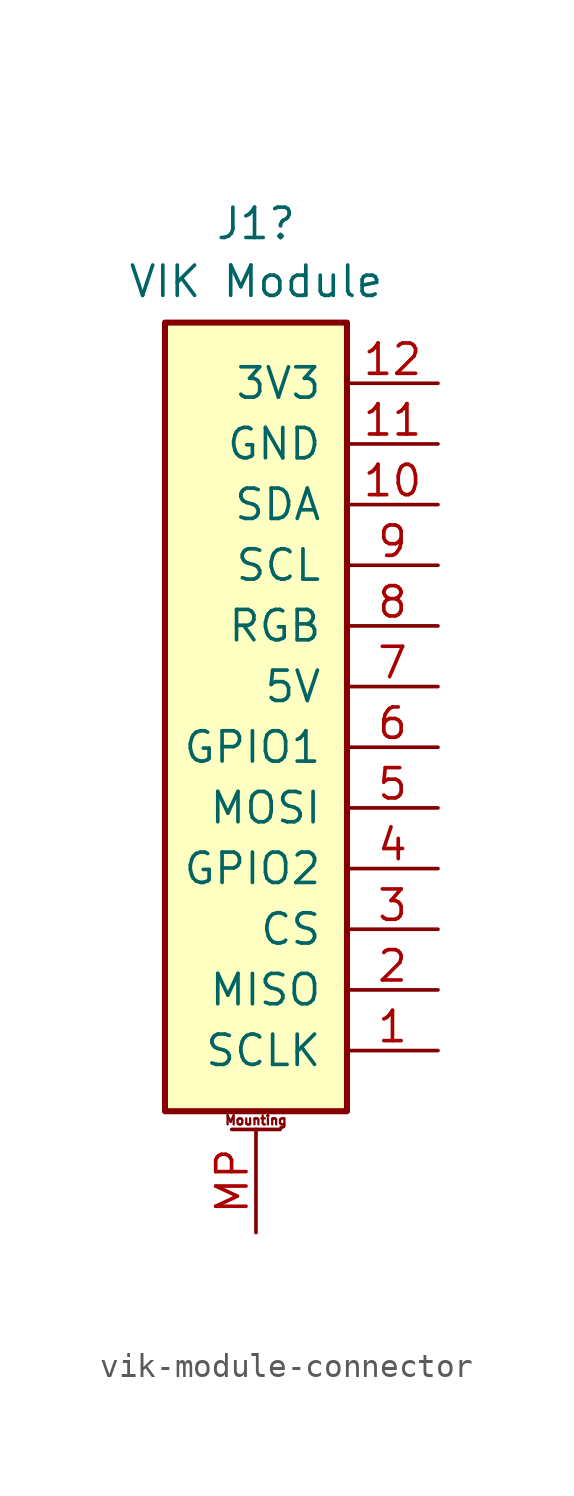
<source format=kicad_sym>
(kicad_symbol_lib
  (version 20220914)
  (generator kicad_symbol_editor)
  (symbol "vik-module-connector"
    (pin_names
      (offset 1.016))
    (property "Reference" "J1"
      (at 0 19.384 0)
      (effects (font (size 1.27 1.27))))
    (property "Value" "VIK Module"
      (at 0 16.96 0)
      (effects (font (size 1.27 1.27))))
    (symbol "vik-module-connector_1_1"
      (rectangle (start -3.81 -17.78) (end 3.81 15.24) (stroke (width 0.254) (type default)) (fill (type background)))
      (polyline (pts (xy 1.016 -18.542) (xy -1.016 -18.542)) (stroke (width 0.152) (type default)) (fill (type none)))
      (text "Mounting" (at 0 -18.161 0) (effects (font (size 0.381 0.381))))
      (pin passive line (at 7.62 -15.24 180) (length 3.81) (name "SCLK" (effects (font (size 1.27 1.27)))) (number "1" (effects (font (size 1.27 1.27)))))
      (pin passive line (at 7.62 7.62 180) (length 3.81) (name "SDA" (effects (font (size 1.27 1.27)))) (number "10" (effects (font (size 1.27 1.27)))))
      (pin passive line (at 7.62 10.16 180) (length 3.81) (name "GND" (effects (font (size 1.27 1.27)))) (number "11" (effects (font (size 1.27 1.27)))))
      (pin passive line (at 7.62 12.7 180) (length 3.81) (name "3V3" (effects (font (size 1.27 1.27)))) (number "12" (effects (font (size 1.27 1.27)))))
      (pin passive line (at 7.62 -12.7 180) (length 3.81) (name "MISO" (effects (font (size 1.27 1.27)))) (number "2" (effects (font (size 1.27 1.27)))))
      (pin passive line (at 7.62 -10.16 180) (length 3.81) (name "CS" (effects (font (size 1.27 1.27)))) (number "3" (effects (font (size 1.27 1.27)))))
      (pin passive line (at 7.62 -7.62 180) (length 3.81) (name "GPIO2" (effects (font (size 1.27 1.27)))) (number "4" (effects (font (size 1.27 1.27)))))
      (pin passive line (at 7.62 -5.08 180) (length 3.81) (name "MOSI" (effects (font (size 1.27 1.27)))) (number "5" (effects (font (size 1.27 1.27)))))
      (pin passive line (at 7.62 -2.54 180) (length 3.81) (name "GPIO1" (effects (font (size 1.27 1.27)))) (number "6" (effects (font (size 1.27 1.27)))))
      (pin passive line (at 7.62 0 180) (length 3.81) (name "5V" (effects (font (size 1.27 1.27)))) (number "7" (effects (font (size 1.27 1.27)))))
      (pin passive line (at 7.62 2.54 180) (length 3.81) (name "RGB" (effects (font (size 1.27 1.27)))) (number "8" (effects (font (size 1.27 1.27)))))
      (pin passive line (at 7.62 5.08 180) (length 3.81) (name "SCL" (effects (font (size 1.27 1.27)))) (number "9" (effects (font (size 1.27 1.27)))))
      (pin passive line (at 0 -22.86 90) (length 4.318) (name "" (effects (font (size 1.27 1.27)))) (number "MP" (effects (font (size 1.27 1.27))))))))
</source>
